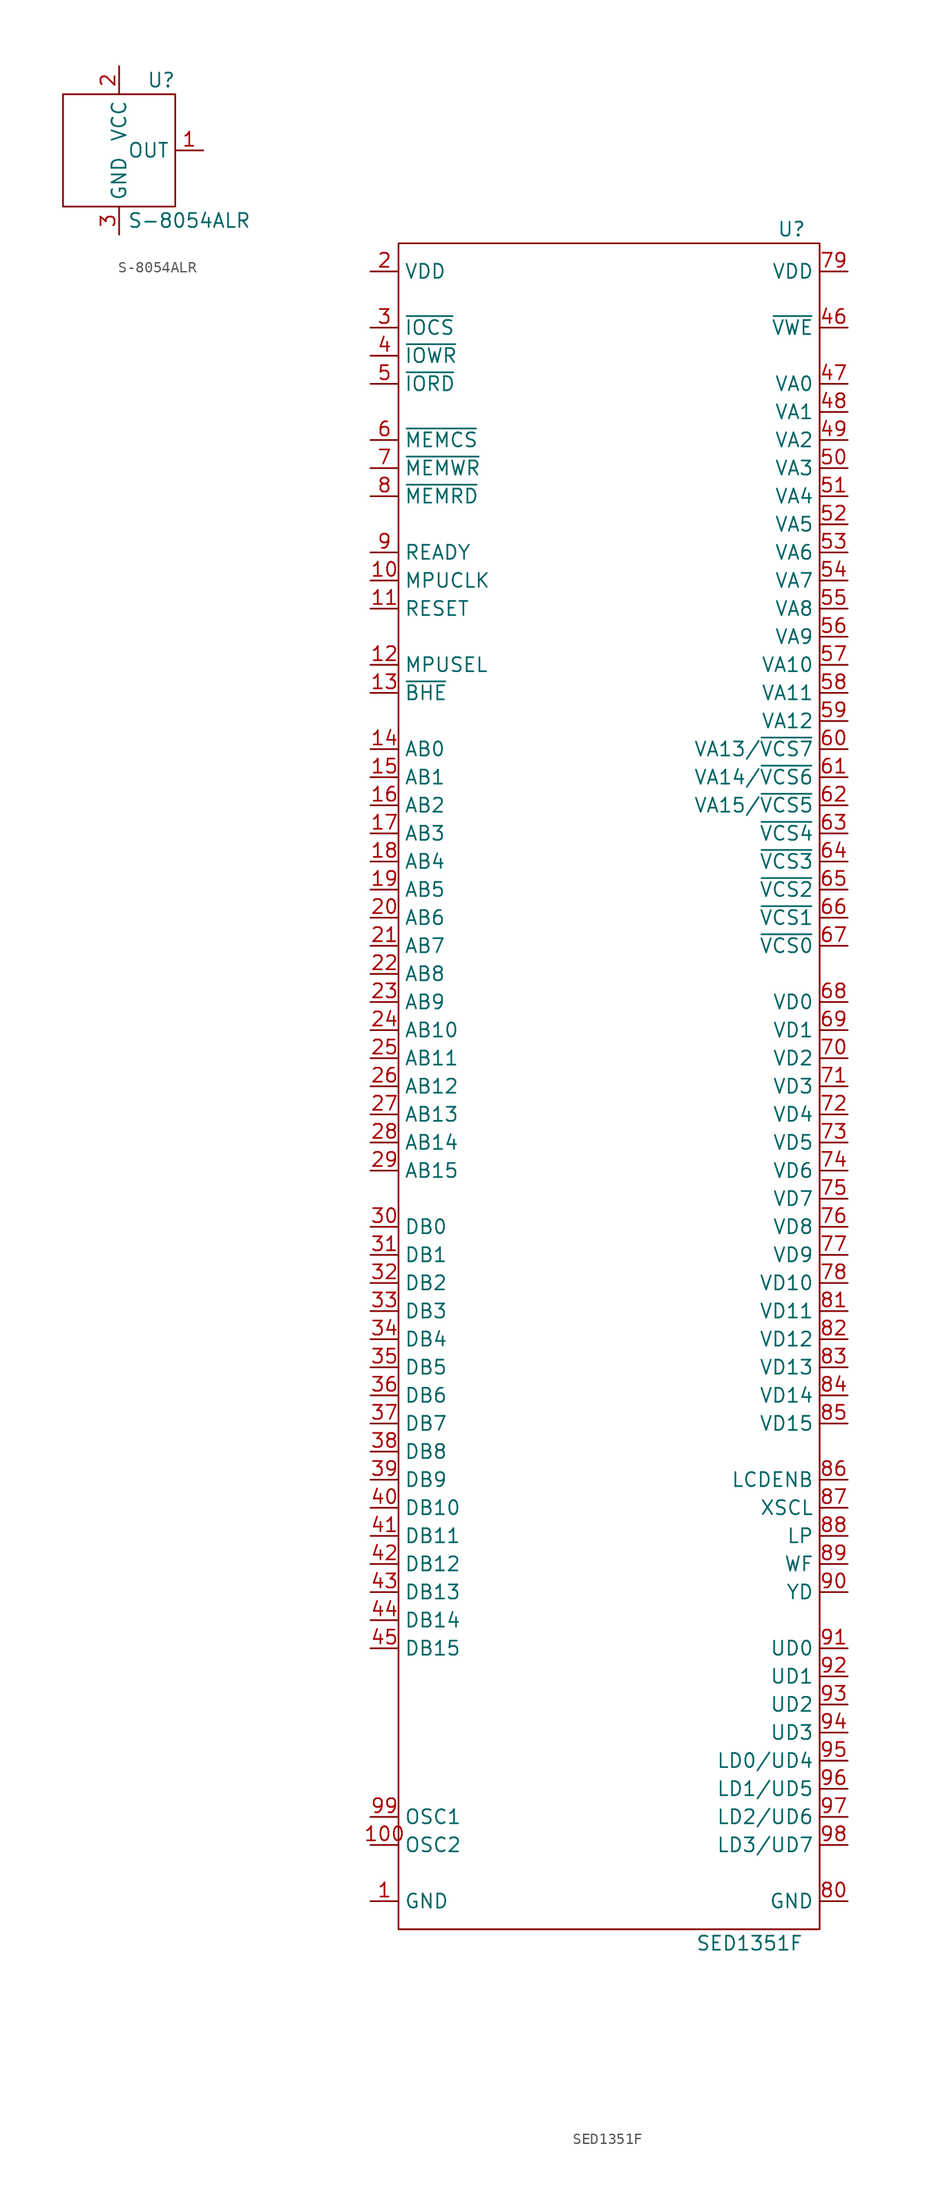
<source format=kicad_sym>
(kicad_symbol_lib
  (version 20211014)
  (generator kicad_symbol_editor)
  (symbol "S-8054ALR"
    (property "Reference" "U"
      (at 3.81 6.35 0)
      (effects (font (size 1.27 1.27))))
    (property "Value" "S-8054ALR"
      (at 6.35 -6.35 0)
      (effects (font (size 1.27 1.27))))
    (symbol "S-8054ALR_0_1"
      (rectangle (start -5.08 5.08) (end 5.08 -5.08) (stroke (width 0) (type default) (color 0 0 0 0)) (fill (type none))))
    (symbol "S-8054ALR_1_1"
      (pin output line (at 7.62 0 180) (length 2.54) (name "OUT" (effects (font (size 1.27 1.27)))) (number "1" (effects (font (size 1.27 1.27)))))
      (pin input line (at 0 7.62 270) (length 2.54) (name "VCC" (effects (font (size 1.27 1.27)))) (number "2" (effects (font (size 1.27 1.27)))))
      (pin input line (at 0 -7.62 90) (length 2.54) (name "GND" (effects (font (size 1.27 1.27)))) (number "3" (effects (font (size 1.27 1.27)))))))
  (symbol "SED1351F"
    (property "Reference" "U"
      (at 16.51 77.47 0)
      (effects (font (size 1.27 1.27))))
    (property "Value" "SED1351F"
      (at 12.7 -77.47 0)
      (effects (font (size 1.27 1.27))))
    (symbol "SED1351F_0_1"
      (rectangle (start -19.05 76.2) (end 19.05 -76.2) (stroke (width 0) (type default) (color 0 0 0 0)) (fill (type none))))
    (symbol "SED1351F_1_1"
      (pin power_in line (at -21.59 -73.66 0) (length 2.54) (name "GND" (effects (font (size 1.27 1.27)))) (number "1" (effects (font (size 1.27 1.27)))))
      (pin input line (at -21.59 45.72 0) (length 2.54) (name "MPUCLK" (effects (font (size 1.27 1.27)))) (number "10" (effects (font (size 1.27 1.27)))))
      (pin output line (at -21.59 -68.58 0) (length 2.54) (name "OSC2" (effects (font (size 1.27 1.27)))) (number "100" (effects (font (size 1.27 1.27)))))
      (pin input line (at -21.59 43.18 0) (length 2.54) (name "RESET" (effects (font (size 1.27 1.27)))) (number "11" (effects (font (size 1.27 1.27)))))
      (pin input line (at -21.59 38.1 0) (length 2.54) (name "MPUSEL" (effects (font (size 1.27 1.27)))) (number "12" (effects (font (size 1.27 1.27)))))
      (pin input line (at -21.59 35.56 0) (length 2.54) (name "~{BHE}" (effects (font (size 1.27 1.27)))) (number "13" (effects (font (size 1.27 1.27)))))
      (pin input line (at -21.59 30.48 0) (length 2.54) (name "AB0" (effects (font (size 1.27 1.27)))) (number "14" (effects (font (size 1.27 1.27)))))
      (pin input line (at -21.59 27.94 0) (length 2.54) (name "AB1" (effects (font (size 1.27 1.27)))) (number "15" (effects (font (size 1.27 1.27)))))
      (pin input line (at -21.59 25.4 0) (length 2.54) (name "AB2" (effects (font (size 1.27 1.27)))) (number "16" (effects (font (size 1.27 1.27)))))
      (pin input line (at -21.59 22.86 0) (length 2.54) (name "AB3" (effects (font (size 1.27 1.27)))) (number "17" (effects (font (size 1.27 1.27)))))
      (pin input line (at -21.59 20.32 0) (length 2.54) (name "AB4" (effects (font (size 1.27 1.27)))) (number "18" (effects (font (size 1.27 1.27)))))
      (pin input line (at -21.59 17.78 0) (length 2.54) (name "AB5" (effects (font (size 1.27 1.27)))) (number "19" (effects (font (size 1.27 1.27)))))
      (pin power_in line (at -21.59 73.66 0) (length 2.54) (name "VDD" (effects (font (size 1.27 1.27)))) (number "2" (effects (font (size 1.27 1.27)))))
      (pin input line (at -21.59 15.24 0) (length 2.54) (name "AB6" (effects (font (size 1.27 1.27)))) (number "20" (effects (font (size 1.27 1.27)))))
      (pin input line (at -21.59 12.7 0) (length 2.54) (name "AB7" (effects (font (size 1.27 1.27)))) (number "21" (effects (font (size 1.27 1.27)))))
      (pin input line (at -21.59 10.16 0) (length 2.54) (name "AB8" (effects (font (size 1.27 1.27)))) (number "22" (effects (font (size 1.27 1.27)))))
      (pin input line (at -21.59 7.62 0) (length 2.54) (name "AB9" (effects (font (size 1.27 1.27)))) (number "23" (effects (font (size 1.27 1.27)))))
      (pin input line (at -21.59 5.08 0) (length 2.54) (name "AB10" (effects (font (size 1.27 1.27)))) (number "24" (effects (font (size 1.27 1.27)))))
      (pin input line (at -21.59 2.54 0) (length 2.54) (name "AB11" (effects (font (size 1.27 1.27)))) (number "25" (effects (font (size 1.27 1.27)))))
      (pin input line (at -21.59 0 0) (length 2.54) (name "AB12" (effects (font (size 1.27 1.27)))) (number "26" (effects (font (size 1.27 1.27)))))
      (pin input line (at -21.59 -2.54 0) (length 2.54) (name "AB13" (effects (font (size 1.27 1.27)))) (number "27" (effects (font (size 1.27 1.27)))))
      (pin input line (at -21.59 -5.08 0) (length 2.54) (name "AB14" (effects (font (size 1.27 1.27)))) (number "28" (effects (font (size 1.27 1.27)))))
      (pin input line (at -21.59 -7.62 0) (length 2.54) (name "AB15" (effects (font (size 1.27 1.27)))) (number "29" (effects (font (size 1.27 1.27)))))
      (pin input line (at -21.59 68.58 0) (length 2.54) (name "~{IOCS}" (effects (font (size 1.27 1.27)))) (number "3" (effects (font (size 1.27 1.27)))))
      (pin bidirectional line (at -21.59 -12.7 0) (length 2.54) (name "DB0" (effects (font (size 1.27 1.27)))) (number "30" (effects (font (size 1.27 1.27)))))
      (pin bidirectional line (at -21.59 -15.24 0) (length 2.54) (name "DB1" (effects (font (size 1.27 1.27)))) (number "31" (effects (font (size 1.27 1.27)))))
      (pin bidirectional line (at -21.59 -17.78 0) (length 2.54) (name "DB2" (effects (font (size 1.27 1.27)))) (number "32" (effects (font (size 1.27 1.27)))))
      (pin bidirectional line (at -21.59 -20.32 0) (length 2.54) (name "DB3" (effects (font (size 1.27 1.27)))) (number "33" (effects (font (size 1.27 1.27)))))
      (pin bidirectional line (at -21.59 -22.86 0) (length 2.54) (name "DB4" (effects (font (size 1.27 1.27)))) (number "34" (effects (font (size 1.27 1.27)))))
      (pin bidirectional line (at -21.59 -25.4 0) (length 2.54) (name "DB5" (effects (font (size 1.27 1.27)))) (number "35" (effects (font (size 1.27 1.27)))))
      (pin bidirectional line (at -21.59 -27.94 0) (length 2.54) (name "DB6" (effects (font (size 1.27 1.27)))) (number "36" (effects (font (size 1.27 1.27)))))
      (pin bidirectional line (at -21.59 -30.48 0) (length 2.54) (name "DB7" (effects (font (size 1.27 1.27)))) (number "37" (effects (font (size 1.27 1.27)))))
      (pin bidirectional line (at -21.59 -33.02 0) (length 2.54) (name "DB8" (effects (font (size 1.27 1.27)))) (number "38" (effects (font (size 1.27 1.27)))))
      (pin bidirectional line (at -21.59 -35.56 0) (length 2.54) (name "DB9" (effects (font (size 1.27 1.27)))) (number "39" (effects (font (size 1.27 1.27)))))
      (pin input line (at -21.59 66.04 0) (length 2.54) (name "~{IOWR}" (effects (font (size 1.27 1.27)))) (number "4" (effects (font (size 1.27 1.27)))))
      (pin bidirectional line (at -21.59 -38.1 0) (length 2.54) (name "DB10" (effects (font (size 1.27 1.27)))) (number "40" (effects (font (size 1.27 1.27)))))
      (pin bidirectional line (at -21.59 -40.64 0) (length 2.54) (name "DB11" (effects (font (size 1.27 1.27)))) (number "41" (effects (font (size 1.27 1.27)))))
      (pin bidirectional line (at -21.59 -43.18 0) (length 2.54) (name "DB12" (effects (font (size 1.27 1.27)))) (number "42" (effects (font (size 1.27 1.27)))))
      (pin bidirectional line (at -21.59 -45.72 0) (length 2.54) (name "DB13" (effects (font (size 1.27 1.27)))) (number "43" (effects (font (size 1.27 1.27)))))
      (pin bidirectional line (at -21.59 -48.26 0) (length 2.54) (name "DB14" (effects (font (size 1.27 1.27)))) (number "44" (effects (font (size 1.27 1.27)))))
      (pin bidirectional line (at -21.59 -50.8 0) (length 2.54) (name "DB15" (effects (font (size 1.27 1.27)))) (number "45" (effects (font (size 1.27 1.27)))))
      (pin output line (at 21.59 68.58 180) (length 2.54) (name "~{VWE}" (effects (font (size 1.27 1.27)))) (number "46" (effects (font (size 1.27 1.27)))))
      (pin output line (at 21.59 63.5 180) (length 2.54) (name "VA0" (effects (font (size 1.27 1.27)))) (number "47" (effects (font (size 1.27 1.27)))))
      (pin output line (at 21.59 60.96 180) (length 2.54) (name "VA1" (effects (font (size 1.27 1.27)))) (number "48" (effects (font (size 1.27 1.27)))))
      (pin output line (at 21.59 58.42 180) (length 2.54) (name "VA2" (effects (font (size 1.27 1.27)))) (number "49" (effects (font (size 1.27 1.27)))))
      (pin input line (at -21.59 63.5 0) (length 2.54) (name "~{IORD}" (effects (font (size 1.27 1.27)))) (number "5" (effects (font (size 1.27 1.27)))))
      (pin output line (at 21.59 55.88 180) (length 2.54) (name "VA3" (effects (font (size 1.27 1.27)))) (number "50" (effects (font (size 1.27 1.27)))))
      (pin output line (at 21.59 53.34 180) (length 2.54) (name "VA4" (effects (font (size 1.27 1.27)))) (number "51" (effects (font (size 1.27 1.27)))))
      (pin output line (at 21.59 50.8 180) (length 2.54) (name "VA5" (effects (font (size 1.27 1.27)))) (number "52" (effects (font (size 1.27 1.27)))))
      (pin output line (at 21.59 48.26 180) (length 2.54) (name "VA6" (effects (font (size 1.27 1.27)))) (number "53" (effects (font (size 1.27 1.27)))))
      (pin output line (at 21.59 45.72 180) (length 2.54) (name "VA7" (effects (font (size 1.27 1.27)))) (number "54" (effects (font (size 1.27 1.27)))))
      (pin output line (at 21.59 43.18 180) (length 2.54) (name "VA8" (effects (font (size 1.27 1.27)))) (number "55" (effects (font (size 1.27 1.27)))))
      (pin output line (at 21.59 40.64 180) (length 2.54) (name "VA9" (effects (font (size 1.27 1.27)))) (number "56" (effects (font (size 1.27 1.27)))))
      (pin output line (at 21.59 38.1 180) (length 2.54) (name "VA10" (effects (font (size 1.27 1.27)))) (number "57" (effects (font (size 1.27 1.27)))))
      (pin output line (at 21.59 35.56 180) (length 2.54) (name "VA11" (effects (font (size 1.27 1.27)))) (number "58" (effects (font (size 1.27 1.27)))))
      (pin output line (at 21.59 33.02 180) (length 2.54) (name "VA12" (effects (font (size 1.27 1.27)))) (number "59" (effects (font (size 1.27 1.27)))))
      (pin input line (at -21.59 58.42 0) (length 2.54) (name "~{MEMCS}" (effects (font (size 1.27 1.27)))) (number "6" (effects (font (size 1.27 1.27)))))
      (pin output line (at 21.59 30.48 180) (length 2.54) (name "VA13/~{VCS7}" (effects (font (size 1.27 1.27)))) (number "60" (effects (font (size 1.27 1.27)))))
      (pin output line (at 21.59 27.94 180) (length 2.54) (name "VA14/~{VCS6}" (effects (font (size 1.27 1.27)))) (number "61" (effects (font (size 1.27 1.27)))))
      (pin output line (at 21.59 25.4 180) (length 2.54) (name "VA15/~{VCS5}" (effects (font (size 1.27 1.27)))) (number "62" (effects (font (size 1.27 1.27)))))
      (pin output line (at 21.59 22.86 180) (length 2.54) (name "~{VCS4}" (effects (font (size 1.27 1.27)))) (number "63" (effects (font (size 1.27 1.27)))))
      (pin output line (at 21.59 20.32 180) (length 2.54) (name "~{VCS3}" (effects (font (size 1.27 1.27)))) (number "64" (effects (font (size 1.27 1.27)))))
      (pin output line (at 21.59 17.78 180) (length 2.54) (name "~{VCS2}" (effects (font (size 1.27 1.27)))) (number "65" (effects (font (size 1.27 1.27)))))
      (pin output line (at 21.59 15.24 180) (length 2.54) (name "~{VCS1}" (effects (font (size 1.27 1.27)))) (number "66" (effects (font (size 1.27 1.27)))))
      (pin output line (at 21.59 12.7 180) (length 2.54) (name "~{VCS0}" (effects (font (size 1.27 1.27)))) (number "67" (effects (font (size 1.27 1.27)))))
      (pin bidirectional line (at 21.59 7.62 180) (length 2.54) (name "VD0" (effects (font (size 1.27 1.27)))) (number "68" (effects (font (size 1.27 1.27)))))
      (pin bidirectional line (at 21.59 5.08 180) (length 2.54) (name "VD1" (effects (font (size 1.27 1.27)))) (number "69" (effects (font (size 1.27 1.27)))))
      (pin input line (at -21.59 55.88 0) (length 2.54) (name "~{MEMWR}" (effects (font (size 1.27 1.27)))) (number "7" (effects (font (size 1.27 1.27)))))
      (pin bidirectional line (at 21.59 2.54 180) (length 2.54) (name "VD2" (effects (font (size 1.27 1.27)))) (number "70" (effects (font (size 1.27 1.27)))))
      (pin bidirectional line (at 21.59 0 180) (length 2.54) (name "VD3" (effects (font (size 1.27 1.27)))) (number "71" (effects (font (size 1.27 1.27)))))
      (pin bidirectional line (at 21.59 -2.54 180) (length 2.54) (name "VD4" (effects (font (size 1.27 1.27)))) (number "72" (effects (font (size 1.27 1.27)))))
      (pin bidirectional line (at 21.59 -5.08 180) (length 2.54) (name "VD5" (effects (font (size 1.27 1.27)))) (number "73" (effects (font (size 1.27 1.27)))))
      (pin bidirectional line (at 21.59 -7.62 180) (length 2.54) (name "VD6" (effects (font (size 1.27 1.27)))) (number "74" (effects (font (size 1.27 1.27)))))
      (pin bidirectional line (at 21.59 -10.16 180) (length 2.54) (name "VD7" (effects (font (size 1.27 1.27)))) (number "75" (effects (font (size 1.27 1.27)))))
      (pin bidirectional line (at 21.59 -12.7 180) (length 2.54) (name "VD8" (effects (font (size 1.27 1.27)))) (number "76" (effects (font (size 1.27 1.27)))))
      (pin bidirectional line (at 21.59 -15.24 180) (length 2.54) (name "VD9" (effects (font (size 1.27 1.27)))) (number "77" (effects (font (size 1.27 1.27)))))
      (pin bidirectional line (at 21.59 -17.78 180) (length 2.54) (name "VD10" (effects (font (size 1.27 1.27)))) (number "78" (effects (font (size 1.27 1.27)))))
      (pin power_in line (at 21.59 73.66 180) (length 2.54) (name "VDD" (effects (font (size 1.27 1.27)))) (number "79" (effects (font (size 1.27 1.27)))))
      (pin input line (at -21.59 53.34 0) (length 2.54) (name "~{MEMRD}" (effects (font (size 1.27 1.27)))) (number "8" (effects (font (size 1.27 1.27)))))
      (pin power_in line (at 21.59 -73.66 180) (length 2.54) (name "GND" (effects (font (size 1.27 1.27)))) (number "80" (effects (font (size 1.27 1.27)))))
      (pin bidirectional line (at 21.59 -20.32 180) (length 2.54) (name "VD11" (effects (font (size 1.27 1.27)))) (number "81" (effects (font (size 1.27 1.27)))))
      (pin bidirectional line (at 21.59 -22.86 180) (length 2.54) (name "VD12" (effects (font (size 1.27 1.27)))) (number "82" (effects (font (size 1.27 1.27)))))
      (pin bidirectional line (at 21.59 -25.4 180) (length 2.54) (name "VD13" (effects (font (size 1.27 1.27)))) (number "83" (effects (font (size 1.27 1.27)))))
      (pin bidirectional line (at 21.59 -27.94 180) (length 2.54) (name "VD14" (effects (font (size 1.27 1.27)))) (number "84" (effects (font (size 1.27 1.27)))))
      (pin bidirectional line (at 21.59 -30.48 180) (length 2.54) (name "VD15" (effects (font (size 1.27 1.27)))) (number "85" (effects (font (size 1.27 1.27)))))
      (pin output line (at 21.59 -35.56 180) (length 2.54) (name "LCDENB" (effects (font (size 1.27 1.27)))) (number "86" (effects (font (size 1.27 1.27)))))
      (pin output line (at 21.59 -38.1 180) (length 2.54) (name "XSCL" (effects (font (size 1.27 1.27)))) (number "87" (effects (font (size 1.27 1.27)))))
      (pin output line (at 21.59 -40.64 180) (length 2.54) (name "LP" (effects (font (size 1.27 1.27)))) (number "88" (effects (font (size 1.27 1.27)))))
      (pin output line (at 21.59 -43.18 180) (length 2.54) (name "WF" (effects (font (size 1.27 1.27)))) (number "89" (effects (font (size 1.27 1.27)))))
      (pin output line (at -21.59 48.26 0) (length 2.54) (name "READY" (effects (font (size 1.27 1.27)))) (number "9" (effects (font (size 1.27 1.27)))))
      (pin output line (at 21.59 -45.72 180) (length 2.54) (name "YD" (effects (font (size 1.27 1.27)))) (number "90" (effects (font (size 1.27 1.27)))))
      (pin output line (at 21.59 -50.8 180) (length 2.54) (name "UD0" (effects (font (size 1.27 1.27)))) (number "91" (effects (font (size 1.27 1.27)))))
      (pin output line (at 21.59 -53.34 180) (length 2.54) (name "UD1" (effects (font (size 1.27 1.27)))) (number "92" (effects (font (size 1.27 1.27)))))
      (pin output line (at 21.59 -55.88 180) (length 2.54) (name "UD2" (effects (font (size 1.27 1.27)))) (number "93" (effects (font (size 1.27 1.27)))))
      (pin output line (at 21.59 -58.42 180) (length 2.54) (name "UD3" (effects (font (size 1.27 1.27)))) (number "94" (effects (font (size 1.27 1.27)))))
      (pin output line (at 21.59 -60.96 180) (length 2.54) (name "LD0/UD4" (effects (font (size 1.27 1.27)))) (number "95" (effects (font (size 1.27 1.27)))))
      (pin output line (at 21.59 -63.5 180) (length 2.54) (name "LD1/UD5" (effects (font (size 1.27 1.27)))) (number "96" (effects (font (size 1.27 1.27)))))
      (pin output line (at 21.59 -66.04 180) (length 2.54) (name "LD2/UD6" (effects (font (size 1.27 1.27)))) (number "97" (effects (font (size 1.27 1.27)))))
      (pin output line (at 21.59 -68.58 180) (length 2.54) (name "LD3/UD7" (effects (font (size 1.27 1.27)))) (number "98" (effects (font (size 1.27 1.27)))))
      (pin input line (at -21.59 -66.04 0) (length 2.54) (name "OSC1" (effects (font (size 1.27 1.27)))) (number "99" (effects (font (size 1.27 1.27))))))))
</source>
